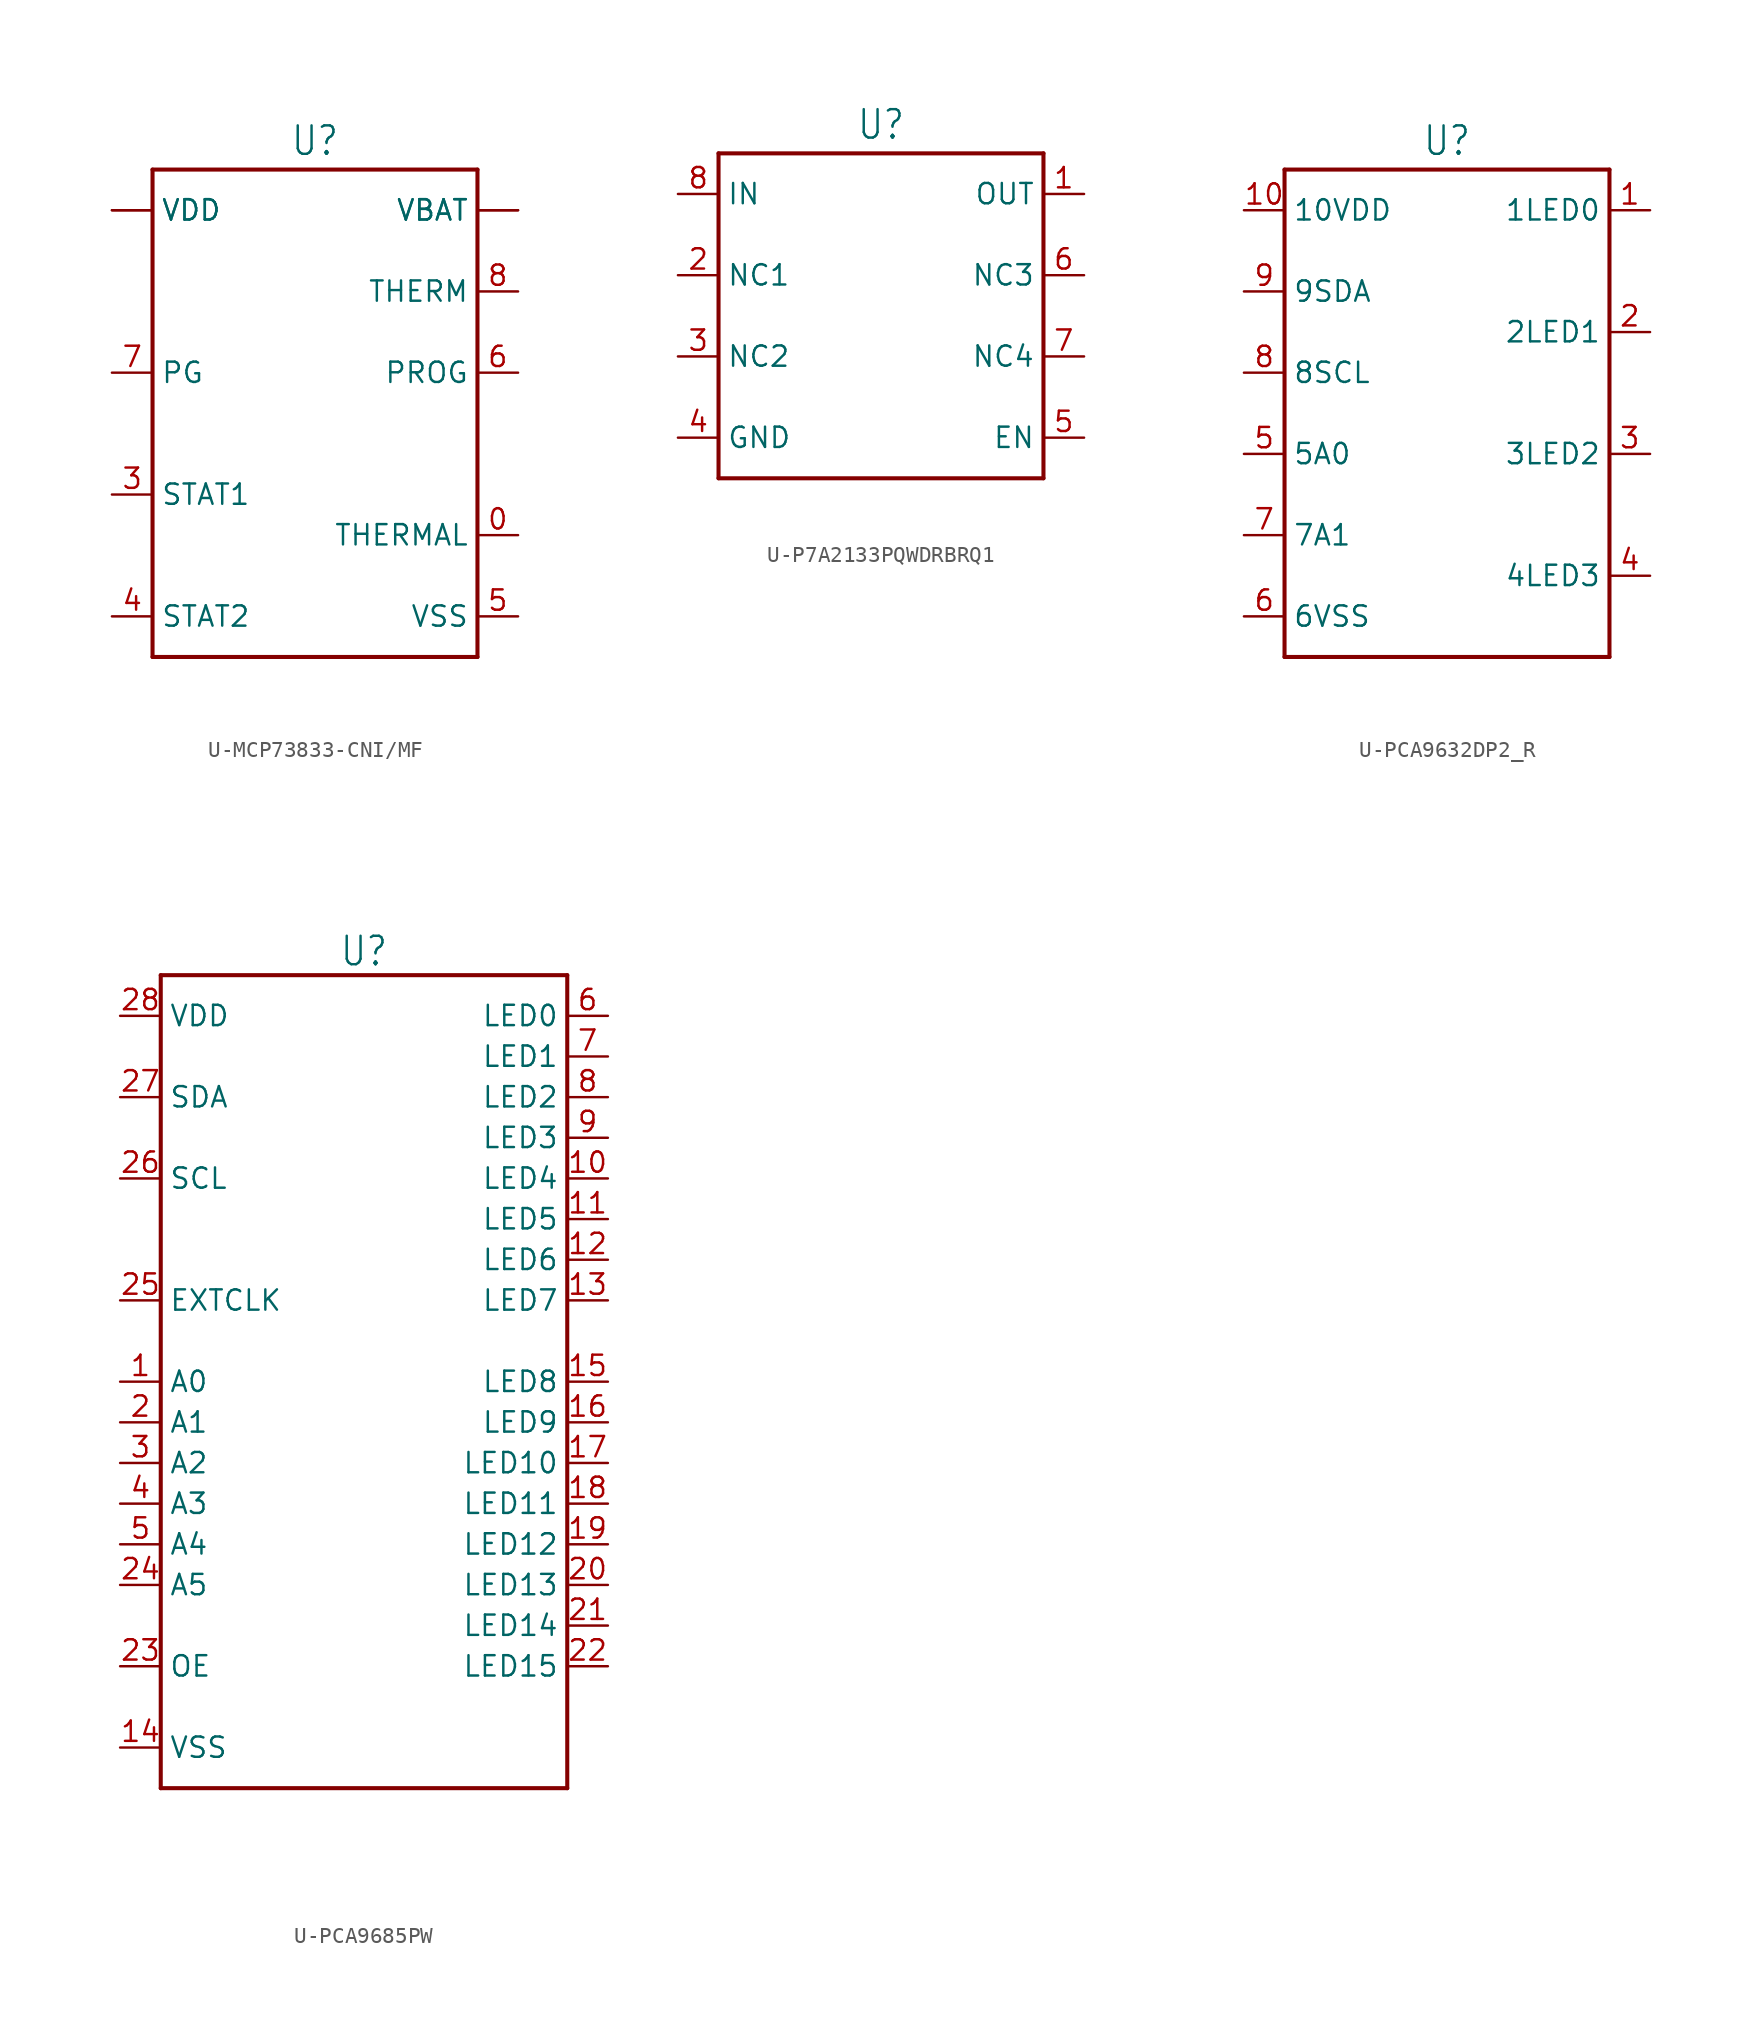
<source format=kicad_sym>
(kicad_symbol_lib
  (version 20231120)
  (generator "kicad_symbol_editor")
  (generator_version "8.0")
  (symbol "U-MCP73833-CNI/MF"
    (property "Reference" "U"
      (at 0 16.002 0)
      (effects (font (size 1.778 1.511)) (justify bottom)))
    (property "Value" ""
      (at 0 -16.002 0)
      (effects (font (size 1.778 1.511)) (justify top)))
    (property "ki_locked" ""
      (at 0 0 0)
      (effects (font (size 1.27 1.27))))
    (symbol "U-MCP73833-CNI/MF_1_0"
      (polyline (pts (xy -10.16 -15.24) (xy -10.16 15.24)) (stroke (width 0.254) (type solid)) (fill (type none)))
      (polyline (pts (xy -10.16 15.24) (xy 10.16 15.24)) (stroke (width 0.254) (type solid)) (fill (type none)))
      (polyline (pts (xy 10.16 -15.24) (xy -10.16 -15.24)) (stroke (width 0.254) (type solid)) (fill (type none)))
      (polyline (pts (xy 10.16 15.24) (xy 10.16 -15.24)) (stroke (width 0.254) (type solid)) (fill (type none)))
      (pin passive line (at 12.7 -7.62 180) (length 2.54) (name "THERMAL" (effects (font (size 1.27 1.27)))) (number "0" (effects (font (size 1.27 1.27)))))
      (pin passive line (at -12.7 12.7 0) (length 2.54) (name "VDD" (effects (font (size 1.27 1.27)))) (number "1" (effects (font (size 0 0)))))
      (pin passive line (at 12.7 12.7 180) (length 2.54) (name "VBAT" (effects (font (size 1.27 1.27)))) (number "10" (effects (font (size 0 0)))))
      (pin passive line (at -12.7 12.7 0) (length 2.54) (name "VDD" (effects (font (size 1.27 1.27)))) (number "2" (effects (font (size 0 0)))))
      (pin passive line (at -12.7 -5.08 0) (length 2.54) (name "STAT1" (effects (font (size 1.27 1.27)))) (number "3" (effects (font (size 1.27 1.27)))))
      (pin passive line (at -12.7 -12.7 0) (length 2.54) (name "STAT2" (effects (font (size 1.27 1.27)))) (number "4" (effects (font (size 1.27 1.27)))))
      (pin passive line (at 12.7 -12.7 180) (length 2.54) (name "VSS" (effects (font (size 1.27 1.27)))) (number "5" (effects (font (size 1.27 1.27)))))
      (pin passive line (at 12.7 2.54 180) (length 2.54) (name "PROG" (effects (font (size 1.27 1.27)))) (number "6" (effects (font (size 1.27 1.27)))))
      (pin passive line (at -12.7 2.54 0) (length 2.54) (name "PG" (effects (font (size 1.27 1.27)))) (number "7" (effects (font (size 1.27 1.27)))))
      (pin passive line (at 12.7 7.62 180) (length 2.54) (name "THERM" (effects (font (size 1.27 1.27)))) (number "8" (effects (font (size 1.27 1.27)))))
      (pin passive line (at 12.7 12.7 180) (length 2.54) (name "VBAT" (effects (font (size 1.27 1.27)))) (number "9" (effects (font (size 0 0)))))))
  (symbol "U-P7A2133PQWDRBRQ1"
    (property "Reference" "U"
      (at 0 10.922 0)
      (effects (font (size 1.778 1.511)) (justify bottom)))
    (property "Value" ""
      (at 0 -10.922 0)
      (effects (font (size 1.778 1.511)) (justify top)))
    (property "ki_locked" ""
      (at 0 0 0)
      (effects (font (size 1.27 1.27))))
    (symbol "U-P7A2133PQWDRBRQ1_1_0"
      (polyline (pts (xy -10.16 -10.16) (xy -10.16 10.16)) (stroke (width 0.254) (type solid)) (fill (type none)))
      (polyline (pts (xy -10.16 10.16) (xy 10.16 10.16)) (stroke (width 0.254) (type solid)) (fill (type none)))
      (polyline (pts (xy 10.16 -10.16) (xy -10.16 -10.16)) (stroke (width 0.254) (type solid)) (fill (type none)))
      (polyline (pts (xy 10.16 10.16) (xy 10.16 -10.16)) (stroke (width 0.254) (type solid)) (fill (type none)))
      (pin passive line (at 12.7 7.62 180) (length 2.54) (name "OUT" (effects (font (size 1.27 1.27)))) (number "1" (effects (font (size 1.27 1.27)))))
      (pin passive line (at -12.7 2.54 0) (length 2.54) (name "NC1" (effects (font (size 1.27 1.27)))) (number "2" (effects (font (size 1.27 1.27)))))
      (pin passive line (at -12.7 -2.54 0) (length 2.54) (name "NC2" (effects (font (size 1.27 1.27)))) (number "3" (effects (font (size 1.27 1.27)))))
      (pin passive line (at -12.7 -7.62 0) (length 2.54) (name "GND" (effects (font (size 1.27 1.27)))) (number "4" (effects (font (size 1.27 1.27)))))
      (pin passive line (at 12.7 -7.62 180) (length 2.54) (name "EN" (effects (font (size 1.27 1.27)))) (number "5" (effects (font (size 1.27 1.27)))))
      (pin passive line (at 12.7 2.54 180) (length 2.54) (name "NC3" (effects (font (size 1.27 1.27)))) (number "6" (effects (font (size 1.27 1.27)))))
      (pin passive line (at 12.7 -2.54 180) (length 2.54) (name "NC4" (effects (font (size 1.27 1.27)))) (number "7" (effects (font (size 1.27 1.27)))))
      (pin passive line (at -12.7 7.62 0) (length 2.54) (name "IN" (effects (font (size 1.27 1.27)))) (number "8" (effects (font (size 1.27 1.27)))))))
  (symbol "U-PCA9632DP2_R"
    (property "Reference" "U"
      (at 0 16.002 0)
      (effects (font (size 1.778 1.511)) (justify bottom)))
    (property "Value" ""
      (at 0 -16.002 0)
      (effects (font (size 1.778 1.511)) (justify top)))
    (property "ki_locked" ""
      (at 0 0 0)
      (effects (font (size 1.27 1.27))))
    (symbol "U-PCA9632DP2_R_1_0"
      (polyline (pts (xy -10.16 -15.24) (xy 10.16 -15.24)) (stroke (width 0.254) (type solid)) (fill (type none)))
      (polyline (pts (xy -10.16 15.24) (xy -10.16 -15.24)) (stroke (width 0.254) (type solid)) (fill (type none)))
      (polyline (pts (xy 10.16 -15.24) (xy 10.16 15.24)) (stroke (width 0.254) (type solid)) (fill (type none)))
      (polyline (pts (xy 10.16 15.24) (xy -10.16 15.24)) (stroke (width 0.254) (type solid)) (fill (type none)))
      (pin passive line (at 12.7 12.7 180) (length 2.54) (name "1LED0" (effects (font (size 1.27 1.27)))) (number "1" (effects (font (size 1.27 1.27)))))
      (pin passive line (at -12.7 12.7 0) (length 2.54) (name "10VDD" (effects (font (size 1.27 1.27)))) (number "10" (effects (font (size 1.27 1.27)))))
      (pin passive line (at 12.7 5.08 180) (length 2.54) (name "2LED1" (effects (font (size 1.27 1.27)))) (number "2" (effects (font (size 1.27 1.27)))))
      (pin passive line (at 12.7 -2.54 180) (length 2.54) (name "3LED2" (effects (font (size 1.27 1.27)))) (number "3" (effects (font (size 1.27 1.27)))))
      (pin passive line (at 12.7 -10.16 180) (length 2.54) (name "4LED3" (effects (font (size 1.27 1.27)))) (number "4" (effects (font (size 1.27 1.27)))))
      (pin passive line (at -12.7 -2.54 0) (length 2.54) (name "5A0" (effects (font (size 1.27 1.27)))) (number "5" (effects (font (size 1.27 1.27)))))
      (pin passive line (at -12.7 -12.7 0) (length 2.54) (name "6VSS" (effects (font (size 1.27 1.27)))) (number "6" (effects (font (size 1.27 1.27)))))
      (pin passive line (at -12.7 -7.62 0) (length 2.54) (name "7A1" (effects (font (size 1.27 1.27)))) (number "7" (effects (font (size 1.27 1.27)))))
      (pin passive line (at -12.7 2.54 0) (length 2.54) (name "8SCL" (effects (font (size 1.27 1.27)))) (number "8" (effects (font (size 1.27 1.27)))))
      (pin passive line (at -12.7 7.62 0) (length 2.54) (name "9SDA" (effects (font (size 1.27 1.27)))) (number "9" (effects (font (size 1.27 1.27)))))))
  (symbol "U-PCA9685PW"
    (property "Reference" "U"
      (at 0 27.94 0)
      (effects (font (size 1.778 1.511)) (justify top)))
    (property "Value" ""
      (at 0 -27.94 0)
      (effects (font (size 1.778 1.511)) (justify bottom)))
    (property "ki_locked" ""
      (at 0 0 0)
      (effects (font (size 1.27 1.27))))
    (symbol "U-PCA9685PW_1_0"
      (polyline (pts (xy -12.7 -25.4) (xy 12.7 -25.4)) (stroke (width 0.254) (type solid)) (fill (type none)))
      (polyline (pts (xy -12.7 25.4) (xy -12.7 -25.4)) (stroke (width 0.254) (type solid)) (fill (type none)))
      (polyline (pts (xy 12.7 -25.4) (xy 12.7 25.4)) (stroke (width 0.254) (type solid)) (fill (type none)))
      (polyline (pts (xy 12.7 25.4) (xy -12.7 25.4)) (stroke (width 0.254) (type solid)) (fill (type none)))
      (pin passive line (at -15.24 0 0) (length 2.54) (name "A0" (effects (font (size 1.27 1.27)))) (number "1" (effects (font (size 1.27 1.27)))))
      (pin passive line (at 15.24 12.7 180) (length 2.54) (name "LED4" (effects (font (size 1.27 1.27)))) (number "10" (effects (font (size 1.27 1.27)))))
      (pin passive line (at 15.24 10.16 180) (length 2.54) (name "LED5" (effects (font (size 1.27 1.27)))) (number "11" (effects (font (size 1.27 1.27)))))
      (pin passive line (at 15.24 7.62 180) (length 2.54) (name "LED6" (effects (font (size 1.27 1.27)))) (number "12" (effects (font (size 1.27 1.27)))))
      (pin passive line (at 15.24 5.08 180) (length 2.54) (name "LED7" (effects (font (size 1.27 1.27)))) (number "13" (effects (font (size 1.27 1.27)))))
      (pin passive line (at -15.24 -22.86 0) (length 2.54) (name "VSS" (effects (font (size 1.27 1.27)))) (number "14" (effects (font (size 1.27 1.27)))))
      (pin passive line (at 15.24 0 180) (length 2.54) (name "LED8" (effects (font (size 1.27 1.27)))) (number "15" (effects (font (size 1.27 1.27)))))
      (pin passive line (at 15.24 -2.54 180) (length 2.54) (name "LED9" (effects (font (size 1.27 1.27)))) (number "16" (effects (font (size 1.27 1.27)))))
      (pin passive line (at 15.24 -5.08 180) (length 2.54) (name "LED10" (effects (font (size 1.27 1.27)))) (number "17" (effects (font (size 1.27 1.27)))))
      (pin passive line (at 15.24 -7.62 180) (length 2.54) (name "LED11" (effects (font (size 1.27 1.27)))) (number "18" (effects (font (size 1.27 1.27)))))
      (pin passive line (at 15.24 -10.16 180) (length 2.54) (name "LED12" (effects (font (size 1.27 1.27)))) (number "19" (effects (font (size 1.27 1.27)))))
      (pin passive line (at -15.24 -2.54 0) (length 2.54) (name "A1" (effects (font (size 1.27 1.27)))) (number "2" (effects (font (size 1.27 1.27)))))
      (pin passive line (at 15.24 -12.7 180) (length 2.54) (name "LED13" (effects (font (size 1.27 1.27)))) (number "20" (effects (font (size 1.27 1.27)))))
      (pin passive line (at 15.24 -15.24 180) (length 2.54) (name "LED14" (effects (font (size 1.27 1.27)))) (number "21" (effects (font (size 1.27 1.27)))))
      (pin passive line (at 15.24 -17.78 180) (length 2.54) (name "LED15" (effects (font (size 1.27 1.27)))) (number "22" (effects (font (size 1.27 1.27)))))
      (pin passive line (at -15.24 -17.78 0) (length 2.54) (name "OE" (effects (font (size 1.27 1.27)))) (number "23" (effects (font (size 1.27 1.27)))))
      (pin passive line (at -15.24 -12.7 0) (length 2.54) (name "A5" (effects (font (size 1.27 1.27)))) (number "24" (effects (font (size 1.27 1.27)))))
      (pin passive line (at -15.24 5.08 0) (length 2.54) (name "EXTCLK" (effects (font (size 1.27 1.27)))) (number "25" (effects (font (size 1.27 1.27)))))
      (pin passive line (at -15.24 12.7 0) (length 2.54) (name "SCL" (effects (font (size 1.27 1.27)))) (number "26" (effects (font (size 1.27 1.27)))))
      (pin passive line (at -15.24 17.78 0) (length 2.54) (name "SDA" (effects (font (size 1.27 1.27)))) (number "27" (effects (font (size 1.27 1.27)))))
      (pin passive line (at -15.24 22.86 0) (length 2.54) (name "VDD" (effects (font (size 1.27 1.27)))) (number "28" (effects (font (size 1.27 1.27)))))
      (pin passive line (at -15.24 -5.08 0) (length 2.54) (name "A2" (effects (font (size 1.27 1.27)))) (number "3" (effects (font (size 1.27 1.27)))))
      (pin passive line (at -15.24 -7.62 0) (length 2.54) (name "A3" (effects (font (size 1.27 1.27)))) (number "4" (effects (font (size 1.27 1.27)))))
      (pin passive line (at -15.24 -10.16 0) (length 2.54) (name "A4" (effects (font (size 1.27 1.27)))) (number "5" (effects (font (size 1.27 1.27)))))
      (pin passive line (at 15.24 22.86 180) (length 2.54) (name "LED0" (effects (font (size 1.27 1.27)))) (number "6" (effects (font (size 1.27 1.27)))))
      (pin passive line (at 15.24 20.32 180) (length 2.54) (name "LED1" (effects (font (size 1.27 1.27)))) (number "7" (effects (font (size 1.27 1.27)))))
      (pin passive line (at 15.24 17.78 180) (length 2.54) (name "LED2" (effects (font (size 1.27 1.27)))) (number "8" (effects (font (size 1.27 1.27)))))
      (pin passive line (at 15.24 15.24 180) (length 2.54) (name "LED3" (effects (font (size 1.27 1.27)))) (number "9" (effects (font (size 1.27 1.27))))))))
</source>
